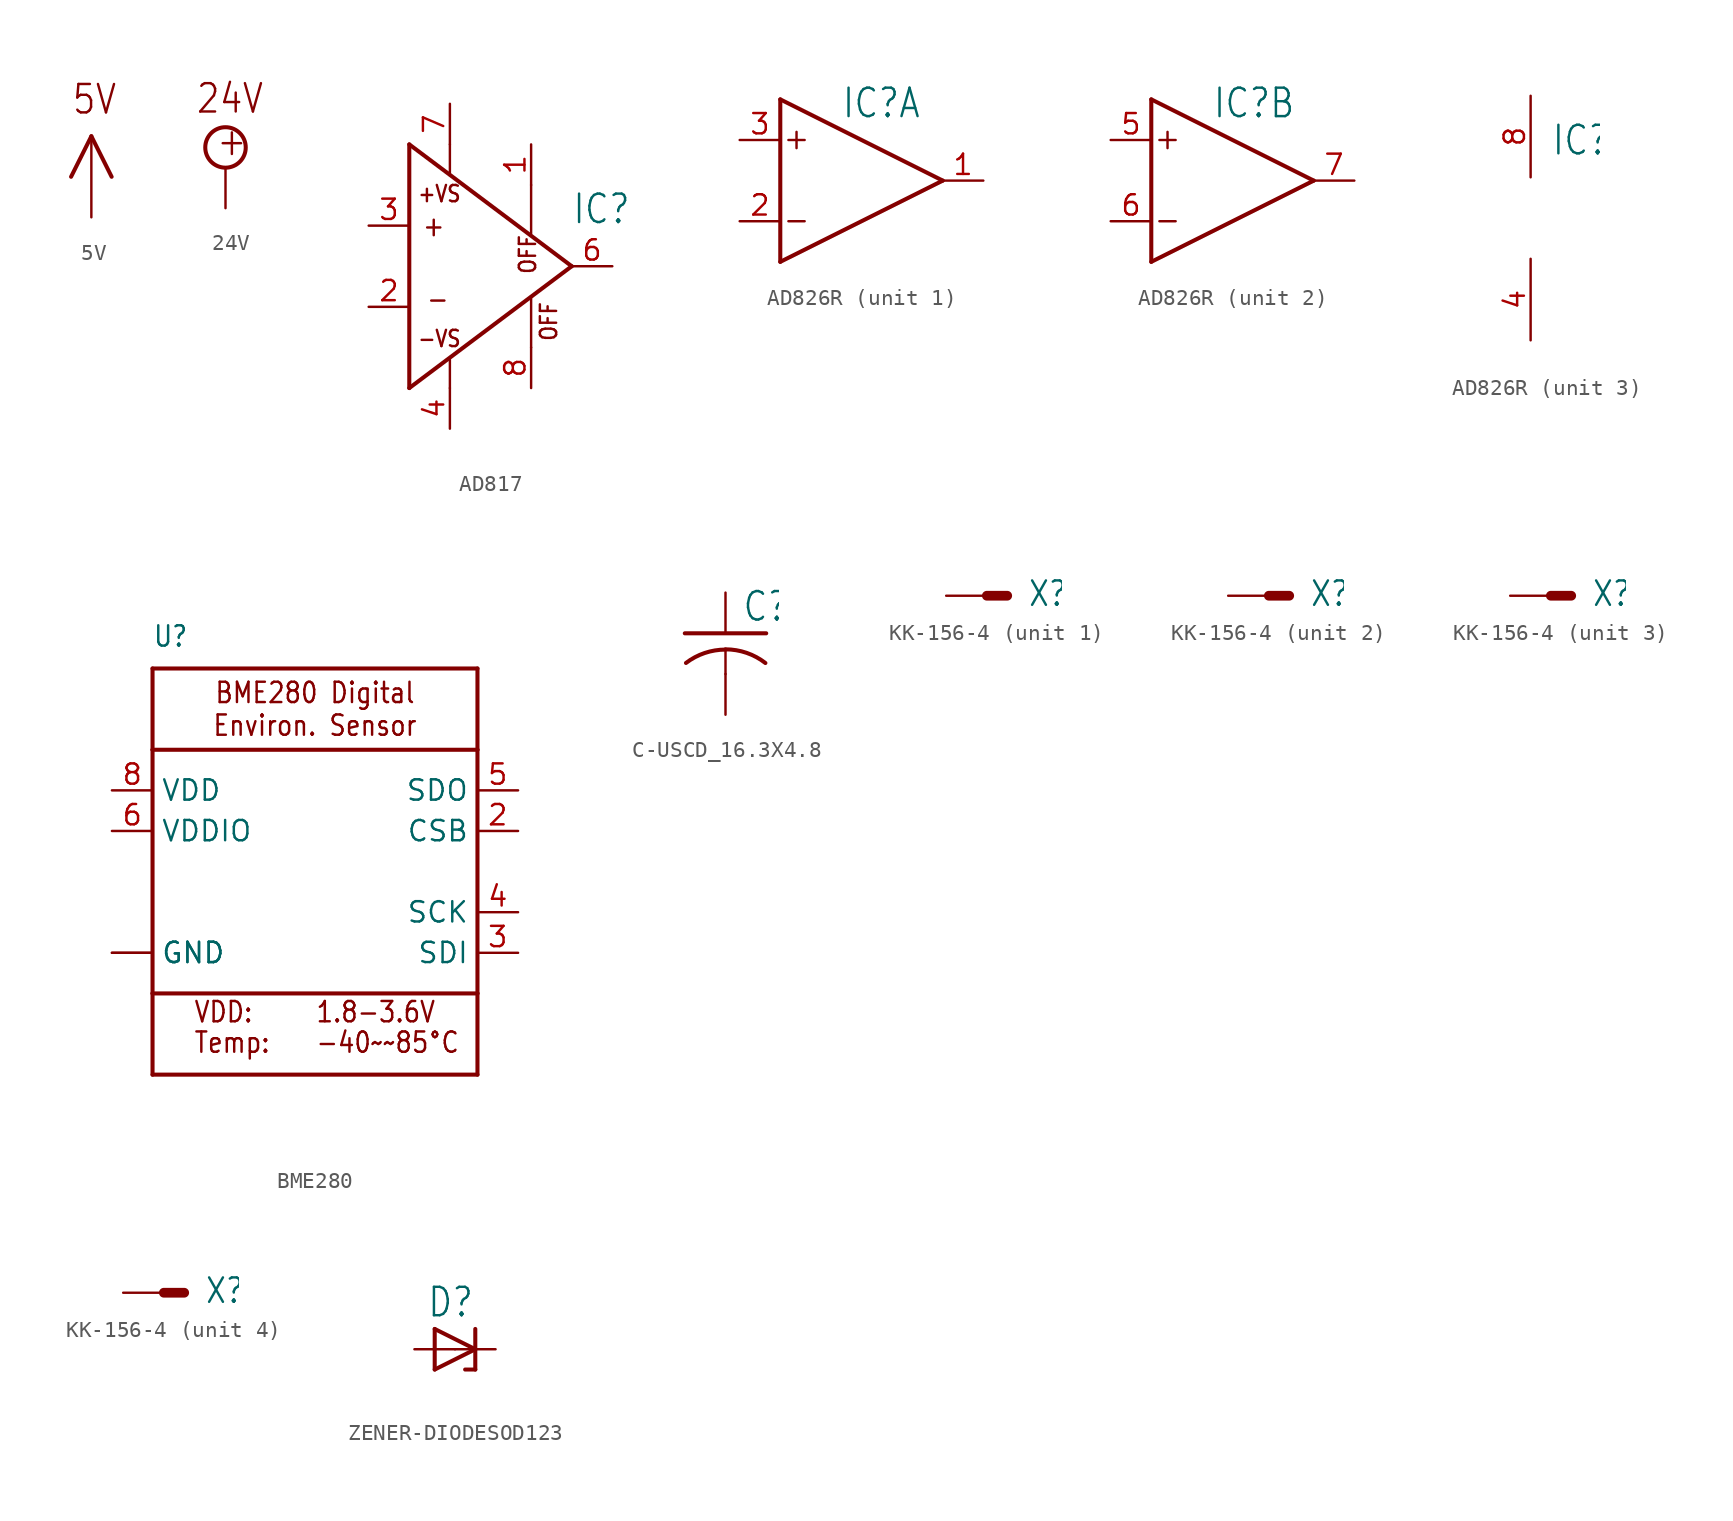
<source format=kicad_sym>
(kicad_symbol_lib
  (version 20231120)
  (generator "kicad_symbol_editor")
  (generator_version "8.0")
  (symbol "5V"
    (power)
    (property "Reference" "#SUPPLY"
      (at 0 0 0)
      (effects (font (size 1.27 1.27)) (hide yes)))
    (property "ki_locked" ""
      (at 0 0 0)
      (effects (font (size 1.27 1.27))))
    (symbol "5V_1_0"
      (polyline (pts (xy 0 5.08) (xy -1.27 2.54)) (stroke (width 0.254) (type solid)) (fill (type none)))
      (polyline (pts (xy 0 5.08) (xy 1.27 2.54)) (stroke (width 0.254) (type solid)) (fill (type none)))
      (text "5V" (at -1.27 6.35 0) (effects (font (size 1.778 1.511)) (justify left bottom)))
      (pin power_in line (at 0 0 90) (length 5.08) (name "5V" (effects (font (size 0 0)))) (number "1" (effects (font (size 0 0)))))))
  (symbol "24V"
    (power)
    (property "Reference" "#SUPPLY"
      (at 0 0 0)
      (effects (font (size 1.27 1.27)) (hide yes)))
    (property "ki_locked" ""
      (at 0 0 0)
      (effects (font (size 1.27 1.27))))
    (symbol "24V_1_0"
      (circle (center 0 3.81) (radius 1.27) (stroke (width 0.254) (type solid)) (fill (type none)))
      (text "+" (at -0.635 3.175 0) (effects (font (size 1.778 1.511)) (justify left bottom)))
      (text "24V" (at -1.905 5.842 0) (effects (font (size 1.778 1.511)) (justify left bottom)))
      (pin power_in line (at 0 0 90) (length 2.54) (name "24V" (effects (font (size 0 0)))) (number "1" (effects (font (size 0 0)))))))
  (symbol "AD817"
    (property "Reference" "IC"
      (at 7.62 2.54 0)
      (effects (font (size 1.778 1.511)) (justify left bottom)))
    (property "Value" ""
      (at 7.62 -3.81 0)
      (effects (font (size 1.778 1.511)) (justify left bottom)))
    (property "ki_locked" ""
      (at 0 0 0)
      (effects (font (size 1.27 1.27))))
    (symbol "AD817_1_0"
      (polyline (pts (xy -2.54 -7.62) (xy 7.62 0)) (stroke (width 0.254) (type solid)) (fill (type none)))
      (polyline (pts (xy -2.54 7.62) (xy -2.54 -7.62)) (stroke (width 0.254) (type solid)) (fill (type none)))
      (polyline (pts (xy 0 -7.62) (xy 0 -5.842)) (stroke (width 0.152) (type solid)) (fill (type none)))
      (polyline (pts (xy 0 5.842) (xy 0 7.62)) (stroke (width 0.152) (type solid)) (fill (type none)))
      (polyline (pts (xy 5.08 -5.08) (xy 5.08 -2.032)) (stroke (width 0.152) (type solid)) (fill (type none)))
      (polyline (pts (xy 5.08 5.08) (xy 5.08 2.032)) (stroke (width 0.152) (type solid)) (fill (type none)))
      (polyline (pts (xy 7.62 0) (xy -2.54 7.62)) (stroke (width 0.254) (type solid)) (fill (type none)))
      (text "+" (at -1.778 1.778 0) (effects (font (size 1.27 1.079)) (justify left bottom)))
      (text "+VS" (at 0.762 3.937 0) (effects (font (size 1.016 0.864)) (justify right bottom)))
      (text "-" (at -1.524 -2.794 0) (effects (font (size 1.27 1.079)) (justify left bottom)))
      (text "-VS" (at 0.762 -3.937 0) (effects (font (size 1.016 0.864)) (justify right top)))
      (text "OFF" (at 5.461 2.032 900) (effects (font (size 1.016 0.864)) (justify right bottom)))
      (text "OFF" (at 5.588 -2.159 900) (effects (font (size 1.016 0.864)) (justify right top)))
      (pin passive line (at 5.08 7.62 270) (length 2.54) (name "OFF@1" (effects (font (size 0 0)))) (number "1" (effects (font (size 1.27 1.27)))))
      (pin input line (at -5.08 -2.54 0) (length 2.54) (name "IN-" (effects (font (size 0 0)))) (number "2" (effects (font (size 1.27 1.27)))))
      (pin input line (at -5.08 2.54 0) (length 2.54) (name "IN+" (effects (font (size 0 0)))) (number "3" (effects (font (size 1.27 1.27)))))
      (pin input line (at 0 -10.16 90) (length 2.54) (name "-VS" (effects (font (size 0 0)))) (number "4" (effects (font (size 1.27 1.27)))))
      (pin output line (at 10.16 0 180) (length 2.54) (name "OUT" (effects (font (size 0 0)))) (number "6" (effects (font (size 1.27 1.27)))))
      (pin input line (at 0 10.16 270) (length 2.54) (name "+VS" (effects (font (size 0 0)))) (number "7" (effects (font (size 1.27 1.27)))))
      (pin passive line (at 5.08 -7.62 90) (length 2.54) (name "OFF@2" (effects (font (size 0 0)))) (number "8" (effects (font (size 1.27 1.27)))))))
  (symbol "AD826R"
    (property "Reference" "IC"
      (at 1.27 3.81 0)
      (effects (font (size 1.778 1.511)) (justify left bottom)))
    (property "Value" ""
      (at 1.27 -5.08 0)
      (effects (font (size 1.778 1.511)) (justify left bottom)))
    (property "ki_locked" ""
      (at 0 0 0)
      (effects (font (size 1.27 1.27))))
    (symbol "AD826R_1_0"
      (polyline (pts (xy -2.54 -5.08) (xy 7.62 0)) (stroke (width 0.254) (type solid)) (fill (type none)))
      (polyline (pts (xy -2.54 5.08) (xy -2.54 -5.08)) (stroke (width 0.254) (type solid)) (fill (type none)))
      (polyline (pts (xy -2.032 -2.54) (xy -1.016 -2.54)) (stroke (width 0.152) (type solid)) (fill (type none)))
      (polyline (pts (xy -2.032 2.54) (xy -1.016 2.54)) (stroke (width 0.152) (type solid)) (fill (type none)))
      (polyline (pts (xy -1.524 3.048) (xy -1.524 2.032)) (stroke (width 0.152) (type solid)) (fill (type none)))
      (polyline (pts (xy 7.62 0) (xy -2.54 5.08)) (stroke (width 0.254) (type solid)) (fill (type none)))
      (pin output line (at 10.16 0 180) (length 2.54) (name "OUT" (effects (font (size 0 0)))) (number "1" (effects (font (size 1.27 1.27)))))
      (pin input line (at -5.08 -2.54 0) (length 2.54) (name "IN-" (effects (font (size 0 0)))) (number "2" (effects (font (size 1.27 1.27)))))
      (pin input line (at -5.08 2.54 0) (length 2.54) (name "IN+" (effects (font (size 0 0)))) (number "3" (effects (font (size 1.27 1.27))))))
    (symbol "AD826R_2_0"
      (polyline (pts (xy -2.54 -5.08) (xy 7.62 0)) (stroke (width 0.254) (type solid)) (fill (type none)))
      (polyline (pts (xy -2.54 5.08) (xy -2.54 -5.08)) (stroke (width 0.254) (type solid)) (fill (type none)))
      (polyline (pts (xy -2.032 -2.54) (xy -1.016 -2.54)) (stroke (width 0.152) (type solid)) (fill (type none)))
      (polyline (pts (xy -2.032 2.54) (xy -1.016 2.54)) (stroke (width 0.152) (type solid)) (fill (type none)))
      (polyline (pts (xy -1.524 3.048) (xy -1.524 2.032)) (stroke (width 0.152) (type solid)) (fill (type none)))
      (polyline (pts (xy 7.62 0) (xy -2.54 5.08)) (stroke (width 0.254) (type solid)) (fill (type none)))
      (pin input line (at -5.08 2.54 0) (length 2.54) (name "IN+" (effects (font (size 0 0)))) (number "5" (effects (font (size 1.27 1.27)))))
      (pin input line (at -5.08 -2.54 0) (length 2.54) (name "IN-" (effects (font (size 0 0)))) (number "6" (effects (font (size 1.27 1.27)))))
      (pin output line (at 10.16 0 180) (length 2.54) (name "OUT" (effects (font (size 0 0)))) (number "7" (effects (font (size 1.27 1.27))))))
    (symbol "AD826R_3_0"
      (pin power_in line (at 0 -7.62 90) (length 5.08) (name "V-" (effects (font (size 0 0)))) (number "4" (effects (font (size 1.27 1.27)))))
      (pin power_in line (at 0 7.62 270) (length 5.08) (name "V+" (effects (font (size 0 0)))) (number "8" (effects (font (size 1.27 1.27)))))))
  (symbol "BME280"
    (property "Reference" "U"
      (at -10.16 13.97 0)
      (effects (font (size 1.27 1.079)) (justify left bottom)))
    (property "Value" ""
      (at -10.16 -15.24 0)
      (effects (font (size 1.27 1.079)) (justify left bottom)))
    (property "ki_locked" ""
      (at 0 0 0)
      (effects (font (size 1.27 1.27))))
    (symbol "BME280_1_0"
      (polyline (pts (xy -10.16 -7.62) (xy -10.16 -12.7)) (stroke (width 0.254) (type solid)) (fill (type none)))
      (polyline (pts (xy -10.16 -7.62) (xy -10.16 7.62)) (stroke (width 0.254) (type solid)) (fill (type none)))
      (polyline (pts (xy -10.16 7.62) (xy 10.16 7.62)) (stroke (width 0.254) (type solid)) (fill (type none)))
      (polyline (pts (xy -10.16 12.7) (xy -10.16 7.62)) (stroke (width 0.254) (type solid)) (fill (type none)))
      (polyline (pts (xy -10.16 12.7) (xy 10.16 12.7)) (stroke (width 0.254) (type solid)) (fill (type none)))
      (polyline (pts (xy 10.16 -12.7) (xy -10.16 -12.7)) (stroke (width 0.254) (type solid)) (fill (type none)))
      (polyline (pts (xy 10.16 -7.62) (xy -10.16 -7.62)) (stroke (width 0.254) (type solid)) (fill (type none)))
      (polyline (pts (xy 10.16 -7.62) (xy 10.16 -12.7)) (stroke (width 0.254) (type solid)) (fill (type none)))
      (polyline (pts (xy 10.16 7.62) (xy 10.16 -7.62)) (stroke (width 0.254) (type solid)) (fill (type none)))
      (polyline (pts (xy 10.16 12.7) (xy 10.16 7.62)) (stroke (width 0.254) (type solid)) (fill (type none)))
      (text "-40~~85°C" (at 0 -11.43 0) (effects (font (size 1.27 1.079)) (justify left bottom)))
      (text "1.8-3.6V" (at 0 -9.525 0) (effects (font (size 1.27 1.079)) (justify left bottom)))
      (text "BME280 Digital\nEnviron. Sensor" (at 0 10.16 0) (effects (font (size 1.27 1.079))))
      (text "Temp:" (at -7.62 -11.43 0) (effects (font (size 1.27 1.079)) (justify left bottom)))
      (text "VDD:" (at -7.62 -9.525 0) (effects (font (size 1.27 1.079)) (justify left bottom)))
      (pin power_in line (at -12.7 -5.08 0) (length 2.54) (name "GND" (effects (font (size 1.27 1.27)))) (number "1" (effects (font (size 0 0)))))
      (pin input line (at 12.7 2.54 180) (length 2.54) (name "CSB" (effects (font (size 1.27 1.27)))) (number "2" (effects (font (size 1.27 1.27)))))
      (pin input line (at 12.7 -5.08 180) (length 2.54) (name "SDI" (effects (font (size 1.27 1.27)))) (number "3" (effects (font (size 1.27 1.27)))))
      (pin input line (at 12.7 -2.54 180) (length 2.54) (name "SCK" (effects (font (size 1.27 1.27)))) (number "4" (effects (font (size 1.27 1.27)))))
      (pin output line (at 12.7 5.08 180) (length 2.54) (name "SDO" (effects (font (size 1.27 1.27)))) (number "5" (effects (font (size 1.27 1.27)))))
      (pin power_in line (at -12.7 2.54 0) (length 2.54) (name "VDDIO" (effects (font (size 1.27 1.27)))) (number "6" (effects (font (size 1.27 1.27)))))
      (pin power_in line (at -12.7 -5.08 0) (length 2.54) (name "GND" (effects (font (size 1.27 1.27)))) (number "7" (effects (font (size 0 0)))))
      (pin power_in line (at -12.7 5.08 0) (length 2.54) (name "VDD" (effects (font (size 1.27 1.27)))) (number "8" (effects (font (size 1.27 1.27)))))))
  (symbol "C-USCD_16.3X4.8"
    (property "Reference" "C"
      (at 1.016 0.635 0)
      (effects (font (size 1.778 1.511)) (justify left bottom)))
    (property "Value" ""
      (at 1.016 -4.191 0)
      (effects (font (size 1.778 1.511)) (justify left bottom)))
    (property "ki_locked" ""
      (at 0 0 0)
      (effects (font (size 1.27 1.27))))
    (symbol "C-USCD_16.3X4.8_1_0"
      (arc (start 0 -1.0161) (mid -1.302 -1.2303) (end -2.4668 -1.8504) (stroke (width 0.254) (type solid)) (fill (type none)))
      (polyline (pts (xy -2.54 0) (xy 2.54 0)) (stroke (width 0.254) (type solid)) (fill (type none)))
      (polyline (pts (xy 0 -1.016) (xy 0 -2.54)) (stroke (width 0.152) (type solid)) (fill (type none)))
      (arc (start 2.4892 -1.8541) (mid 1.3158 -1.2194) (end 0 -1) (stroke (width 0.254) (type solid)) (fill (type none)))
      (pin passive line (at 0 2.54 270) (length 2.54) (name "1" (effects (font (size 0 0)))) (number "1" (effects (font (size 0 0)))))
      (pin passive line (at 0 -5.08 90) (length 2.54) (name "2" (effects (font (size 0 0)))) (number "2" (effects (font (size 0 0)))))))
  (symbol "KK-156-4"
    (property "Reference" "X"
      (at 2.54 -0.762 0)
      (effects (font (size 1.524 1.295)) (justify left bottom)))
    (property "ki_locked" ""
      (at 0 0 0)
      (effects (font (size 1.27 1.27))))
    (symbol "KK-156-4_1_0"
      (polyline (pts (xy 1.27 0) (xy 0 0)) (stroke (width 0.61) (type solid)) (fill (type none)))
      (pin passive line (at -2.54 0 0) (length 2.54) (name "S" (effects (font (size 0 0)))) (number "1" (effects (font (size 0 0))))))
    (symbol "KK-156-4_2_0"
      (polyline (pts (xy 1.27 0) (xy 0 0)) (stroke (width 0.61) (type solid)) (fill (type none)))
      (pin passive line (at -2.54 0 0) (length 2.54) (name "S" (effects (font (size 0 0)))) (number "2" (effects (font (size 0 0))))))
    (symbol "KK-156-4_3_0"
      (polyline (pts (xy 1.27 0) (xy 0 0)) (stroke (width 0.61) (type solid)) (fill (type none)))
      (pin passive line (at -2.54 0 0) (length 2.54) (name "S" (effects (font (size 0 0)))) (number "3" (effects (font (size 0 0))))))
    (symbol "KK-156-4_4_0"
      (polyline (pts (xy 1.27 0) (xy 0 0)) (stroke (width 0.61) (type solid)) (fill (type none)))
      (pin passive line (at -2.54 0 0) (length 2.54) (name "S" (effects (font (size 0 0)))) (number "4" (effects (font (size 0 0)))))))
  (symbol "ZENER-DIODESOD123"
    (property "Reference" "D"
      (at -1.778 1.905 0)
      (effects (font (size 1.778 1.511)) (justify left bottom)))
    (property "Value" ""
      (at -1.778 -3.429 0)
      (effects (font (size 1.778 1.511)) (justify left bottom)))
    (property "ki_locked" ""
      (at 0 0 0)
      (effects (font (size 1.27 1.27))))
    (symbol "ZENER-DIODESOD123_1_0"
      (polyline (pts (xy -1.27 -1.27) (xy 1.27 0)) (stroke (width 0.254) (type solid)) (fill (type none)))
      (polyline (pts (xy -1.27 1.27) (xy -1.27 -1.27)) (stroke (width 0.254) (type solid)) (fill (type none)))
      (polyline (pts (xy 1.27 -1.27) (xy 0.635 -1.27)) (stroke (width 0.254) (type solid)) (fill (type none)))
      (polyline (pts (xy 1.27 0) (xy -1.27 1.27)) (stroke (width 0.254) (type solid)) (fill (type none)))
      (polyline (pts (xy 1.27 0) (xy 1.27 -1.27)) (stroke (width 0.254) (type solid)) (fill (type none)))
      (polyline (pts (xy 1.27 1.27) (xy 1.27 0)) (stroke (width 0.254) (type solid)) (fill (type none)))
      (pin passive line (at -2.54 0 0) (length 2.54) (name "A" (effects (font (size 0 0)))) (number "A" (effects (font (size 0 0)))))
      (pin passive line (at 2.54 0 180) (length 2.54) (name "C" (effects (font (size 0 0)))) (number "C" (effects (font (size 0 0))))))))
</source>
